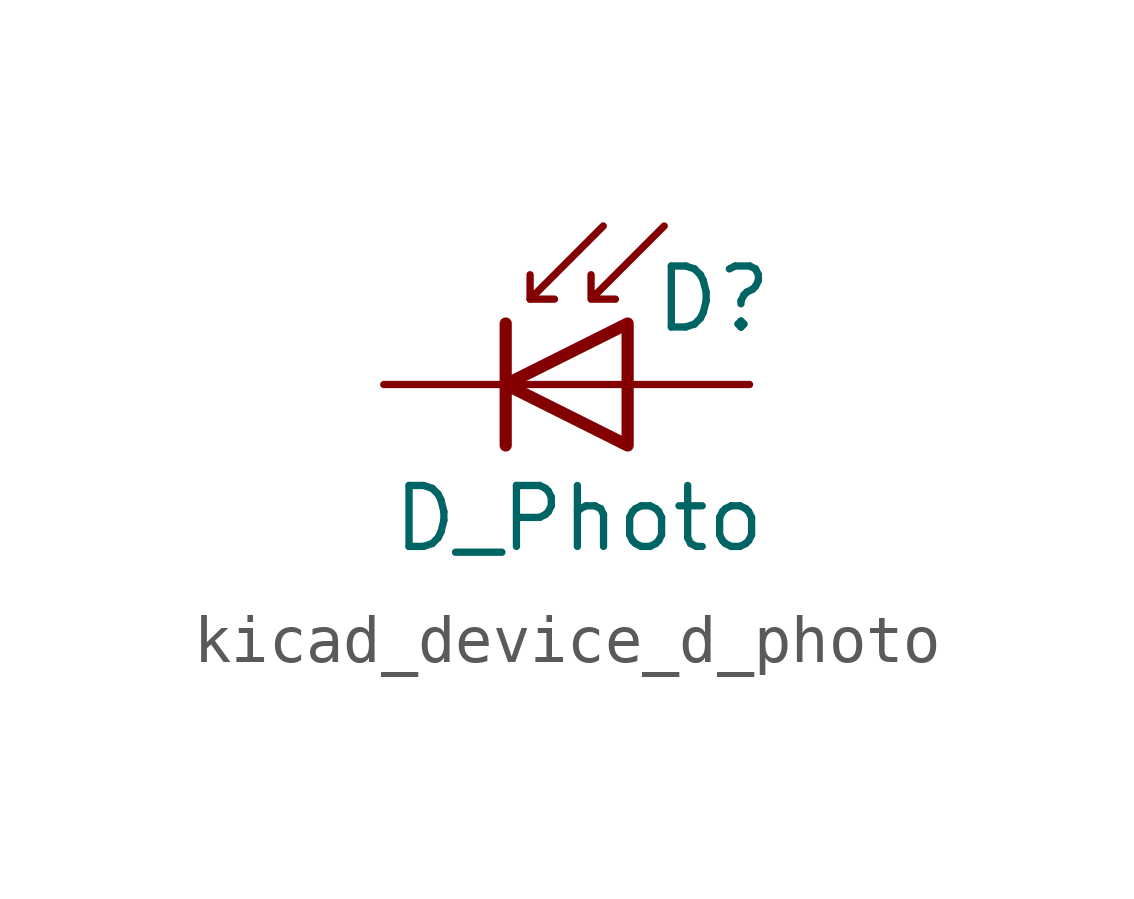
<source format=kicad_sym>
(kicad_symbol_lib
  (version 20220914)
  (generator kicad_symbol_editor)
  (symbol "kicad_device_d_photo"
    (pin_numbers hide)
    (pin_names hide)
    (property "Reference" "D"
      (at 0.508 1.778 0)
      (effects (font (size 1.27 1.27)) (justify left)))
    (property "Value" "D_Photo"
      (at -1.016 -2.794 0)
      (effects (font (size 1.27 1.27))))
    (symbol "kicad_device_d_photo_0_1"
      (polyline (pts (xy -2.54 1.27) (xy -2.54 -1.27)) (stroke (width 0.254) (type default)) (fill (type none)))
      (polyline (pts (xy -2.032 1.778) (xy -1.524 1.778)) (stroke (width 0) (type default)) (fill (type none)))
      (polyline (pts (xy 0 0) (xy -2.54 0)) (stroke (width 0) (type default)) (fill (type none)))
      (polyline (pts (xy -0.508 3.302) (xy -2.032 1.778) (xy -2.032 2.286)) (stroke (width 0) (type default)) (fill (type none)))
      (polyline (pts (xy 0 -1.27) (xy 0 1.27) (xy -2.54 0) (xy 0 -1.27)) (stroke (width 0.254) (type default)) (fill (type none)))
      (polyline (pts (xy 0.762 3.302) (xy -0.762 1.778) (xy -0.762 2.286) (xy -0.762 1.778) (xy -0.254 1.778)) (stroke (width 0) (type default)) (fill (type none))))
    (symbol "kicad_device_d_photo_1_1"
      (pin passive line (at -5.08 0 0) (length 2.54) (name "K" (effects (font (size 1.27 1.27)))) (number "1" (effects (font (size 1.27 1.27)))))
      (pin passive line (at 2.54 0 180) (length 2.54) (name "A" (effects (font (size 1.27 1.27)))) (number "2" (effects (font (size 1.27 1.27))))))))
</source>
